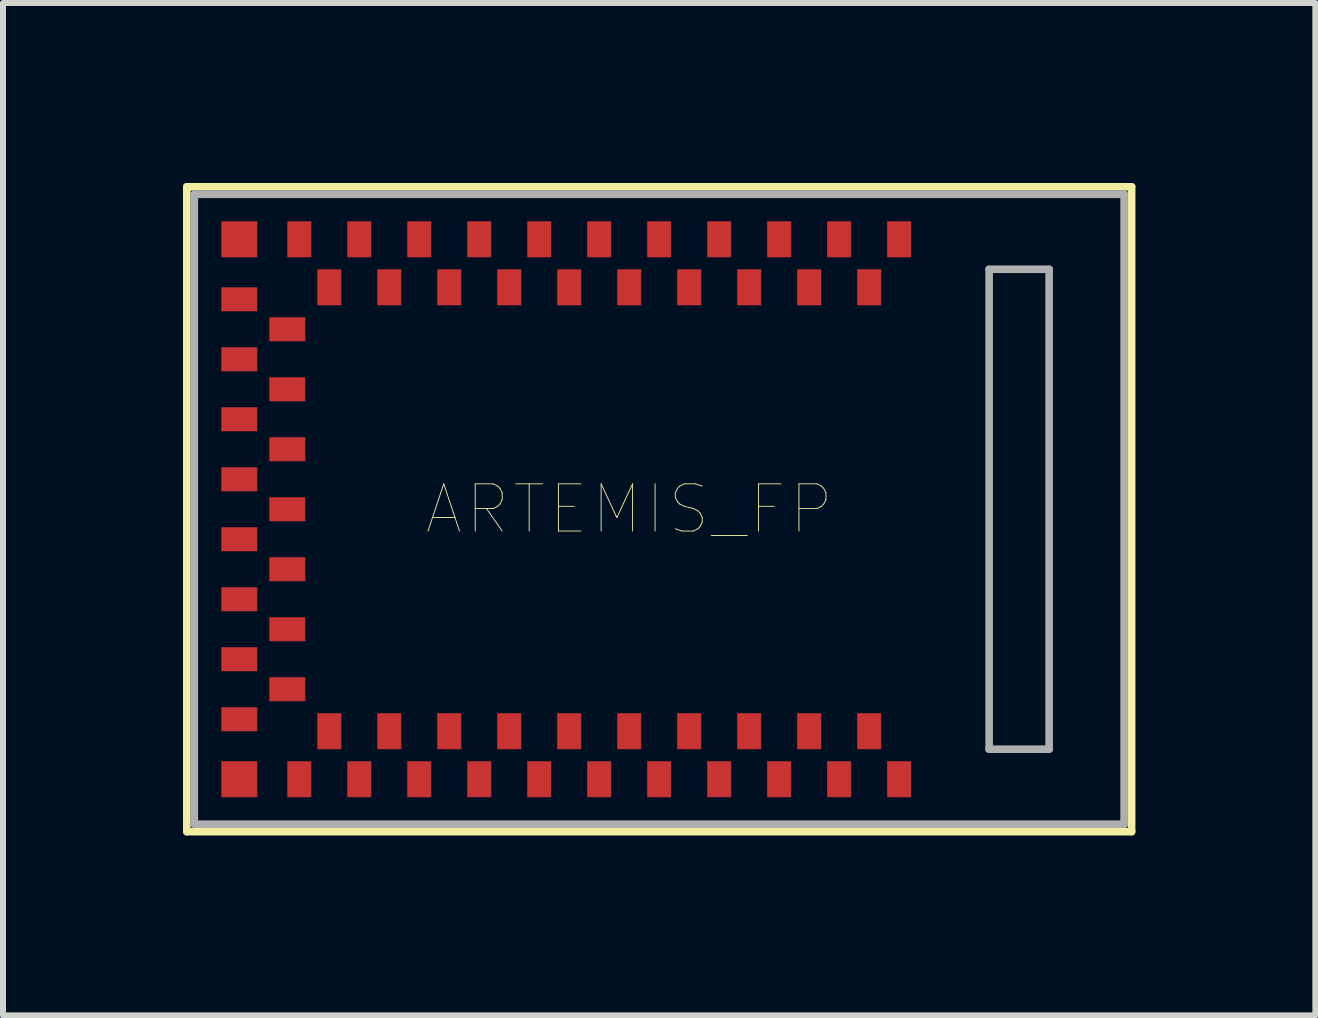
<source format=kicad_pcb>
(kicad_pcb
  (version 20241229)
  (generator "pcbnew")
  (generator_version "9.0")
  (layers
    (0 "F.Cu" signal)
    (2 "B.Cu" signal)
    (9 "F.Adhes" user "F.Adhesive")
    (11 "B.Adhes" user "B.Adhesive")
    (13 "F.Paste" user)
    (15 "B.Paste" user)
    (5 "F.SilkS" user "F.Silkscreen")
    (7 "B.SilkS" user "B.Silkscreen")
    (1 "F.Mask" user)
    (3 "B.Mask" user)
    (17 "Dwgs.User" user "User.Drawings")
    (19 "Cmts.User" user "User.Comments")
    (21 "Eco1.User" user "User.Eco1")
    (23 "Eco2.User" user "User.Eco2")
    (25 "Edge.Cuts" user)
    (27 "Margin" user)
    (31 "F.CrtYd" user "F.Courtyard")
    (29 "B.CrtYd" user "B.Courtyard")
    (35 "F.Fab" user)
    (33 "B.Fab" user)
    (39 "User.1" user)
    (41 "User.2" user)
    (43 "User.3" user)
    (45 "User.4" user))
  (footprint "ARTEMIS_FP"
    (layer "F.Cu")
    (at 7.439 5.439)
    (property "Reference" "ARTEMIS_FP" (at 0 0 0) (layer "F.SilkS") (effects (font (size 0.787 0.787) (thickness 0.015))))
    (attr through_hole)
    (fp_line (start -7.375 -5.375) (end -7.375 5.375) (stroke (width 0.127) (type solid)) (layer "F.SilkS"))
    (fp_line (start -7.375 5.375) (end 8.375 5.375) (stroke (width 0.127) (type solid)) (layer "F.SilkS"))
    (fp_line (start 8.375 -5.375) (end -7.375 -5.375) (stroke (width 0.127) (type solid)) (layer "F.SilkS"))
    (fp_line (start 8.375 5.375) (end 8.375 -5.375) (stroke (width 0.127) (type solid)) (layer "F.SilkS"))
    (fp_line (start -7.25 -5.25) (end -7.25 5.25) (stroke (width 0.127) (type solid)) (layer "F.Fab"))
    (fp_line (start -7.25 5.25) (end 8.25 5.25) (stroke (width 0.127) (type solid)) (layer "F.Fab"))
    (fp_line (start 6 -4) (end 7 -4) (stroke (width 0.127) (type solid)) (layer "F.Fab"))
    (fp_line (start 6 4) (end 6 -4) (stroke (width 0.127) (type solid)) (layer "F.Fab"))
    (fp_line (start 7 -4) (end 7 4) (stroke (width 0.127) (type solid)) (layer "F.Fab"))
    (fp_line (start 7 4) (end 6 4) (stroke (width 0.127) (type solid)) (layer "F.Fab"))
    (fp_line (start 8.25 -5.25) (end -7.25 -5.25) (stroke (width 0.127) (type solid)) (layer "F.Fab"))
    (fp_line (start 8.25 5.25) (end 8.25 -5.25) (stroke (width 0.127) (type solid)) (layer "F.Fab"))
    (pad "1" smd rect (at 4.5 -4.5) (size 0.4 0.6) (layers "F.Cu" "F.Mask" "F.Paste"))
    (pad "2" smd rect (at 4 -3.7) (size 0.4 0.6) (layers "F.Cu" "F.Mask" "F.Paste"))
    (pad "3" smd rect (at 3.5 -4.5) (size 0.4 0.6) (layers "F.Cu" "F.Mask" "F.Paste"))
    (pad "4" smd rect (at 3 -3.7) (size 0.4 0.6) (layers "F.Cu" "F.Mask" "F.Paste"))
    (pad "5" smd rect (at 2.5 -4.5) (size 0.4 0.6) (layers "F.Cu" "F.Mask" "F.Paste"))
    (pad "6" smd rect (at 2 -3.7) (size 0.4 0.6) (layers "F.Cu" "F.Mask" "F.Paste"))
    (pad "7" smd rect (at 1.5 -4.5) (size 0.4 0.6) (layers "F.Cu" "F.Mask" "F.Paste"))
    (pad "8" smd rect (at 1 -3.7) (size 0.4 0.6) (layers "F.Cu" "F.Mask" "F.Paste"))
    (pad "9" smd rect (at 0.5 -4.5) (size 0.4 0.6) (layers "F.Cu" "F.Mask" "F.Paste"))
    (pad "10" smd rect (at 0 -3.7) (size 0.4 0.6) (layers "F.Cu" "F.Mask" "F.Paste"))
    (pad "11" smd rect (at -0.5 -4.5) (size 0.4 0.6) (layers "F.Cu" "F.Mask" "F.Paste"))
    (pad "12" smd rect (at -1 -3.7) (size 0.4 0.6) (layers "F.Cu" "F.Mask" "F.Paste"))
    (pad "13" smd rect (at -1.5 -4.5) (size 0.4 0.6) (layers "F.Cu" "F.Mask" "F.Paste"))
    (pad "14" smd rect (at -2 -3.7) (size 0.4 0.6) (layers "F.Cu" "F.Mask" "F.Paste"))
    (pad "15" smd rect (at -2.5 -4.5) (size 0.4 0.6) (layers "F.Cu" "F.Mask" "F.Paste"))
    (pad "16" smd rect (at -3 -3.7) (size 0.4 0.6) (layers "F.Cu" "F.Mask" "F.Paste"))
    (pad "17" smd rect (at -3.5 -4.5) (size 0.4 0.6) (layers "F.Cu" "F.Mask" "F.Paste"))
    (pad "18" smd rect (at -4 -3.7) (size 0.4 0.6) (layers "F.Cu" "F.Mask" "F.Paste"))
    (pad "19" smd rect (at -4.5 -4.5) (size 0.4 0.6) (layers "F.Cu" "F.Mask" "F.Paste"))
    (pad "20" smd rect (at -5 -3.7) (size 0.4 0.6) (layers "F.Cu" "F.Mask" "F.Paste"))
    (pad "21" smd rect (at -5.5 -4.5) (size 0.4 0.6) (layers "F.Cu" "F.Mask" "F.Paste"))
    (pad "22" smd rect (at -6.5 -4.5) (size 0.6 0.6) (layers "F.Cu" "F.Mask" "F.Paste"))
    (pad "23" smd rect (at -6.5 -3.5) (size 0.6 0.4) (layers "F.Cu" "F.Mask" "F.Paste"))
    (pad "24" smd rect (at -5.7 -3) (size 0.6 0.4) (layers "F.Cu" "F.Mask" "F.Paste"))
    (pad "25" smd rect (at -6.5 -2.5) (size 0.6 0.4) (layers "F.Cu" "F.Mask" "F.Paste"))
    (pad "26" smd rect (at -5.7 -2) (size 0.6 0.4) (layers "F.Cu" "F.Mask" "F.Paste"))
    (pad "27" smd rect (at -6.5 -1.5) (size 0.6 0.4) (layers "F.Cu" "F.Mask" "F.Paste"))
    (pad "28" smd rect (at -5.7 -1) (size 0.6 0.4) (layers "F.Cu" "F.Mask" "F.Paste"))
    (pad "29" smd rect (at -6.5 -0.5) (size 0.6 0.4) (layers "F.Cu" "F.Mask" "F.Paste"))
    (pad "30" smd rect (at -5.7 0) (size 0.6 0.4) (layers "F.Cu" "F.Mask" "F.Paste"))
    (pad "31" smd rect (at -6.5 0.5) (size 0.6 0.4) (layers "F.Cu" "F.Mask" "F.Paste"))
    (pad "32" smd rect (at -5.7 1) (size 0.6 0.4) (layers "F.Cu" "F.Mask" "F.Paste"))
    (pad "33" smd rect (at -6.5 1.5) (size 0.6 0.4) (layers "F.Cu" "F.Mask" "F.Paste"))
    (pad "34" smd rect (at -5.7 2) (size 0.6 0.4) (layers "F.Cu" "F.Mask" "F.Paste"))
    (pad "35" smd rect (at -6.5 2.5) (size 0.6 0.4) (layers "F.Cu" "F.Mask" "F.Paste"))
    (pad "36" smd rect (at -5.7 3) (size 0.6 0.4) (layers "F.Cu" "F.Mask" "F.Paste"))
    (pad "37" smd rect (at -6.5 3.5) (size 0.6 0.4) (layers "F.Cu" "F.Mask" "F.Paste"))
    (pad "38" smd rect (at -6.5 4.5) (size 0.6 0.6) (layers "F.Cu" "F.Mask" "F.Paste"))
    (pad "39" smd rect (at -5.5 4.5) (size 0.4 0.6) (layers "F.Cu" "F.Mask" "F.Paste"))
    (pad "40" smd rect (at -5 3.7) (size 0.4 0.6) (layers "F.Cu" "F.Mask" "F.Paste"))
    (pad "41" smd rect (at -4.5 4.5) (size 0.4 0.6) (layers "F.Cu" "F.Mask" "F.Paste"))
    (pad "42" smd rect (at -4 3.7) (size 0.4 0.6) (layers "F.Cu" "F.Mask" "F.Paste"))
    (pad "43" smd rect (at -3.5 4.5) (size 0.4 0.6) (layers "F.Cu" "F.Mask" "F.Paste"))
    (pad "44" smd rect (at -3 3.7) (size 0.4 0.6) (layers "F.Cu" "F.Mask" "F.Paste"))
    (pad "45" smd rect (at -2.5 4.5) (size 0.4 0.6) (layers "F.Cu" "F.Mask" "F.Paste"))
    (pad "46" smd rect (at -2 3.7) (size 0.4 0.6) (layers "F.Cu" "F.Mask" "F.Paste"))
    (pad "47" smd rect (at -1.5 4.5) (size 0.4 0.6) (layers "F.Cu" "F.Mask" "F.Paste"))
    (pad "48" smd rect (at -1 3.7) (size 0.4 0.6) (layers "F.Cu" "F.Mask" "F.Paste"))
    (pad "49" smd rect (at -0.5 4.5) (size 0.4 0.6) (layers "F.Cu" "F.Mask" "F.Paste"))
    (pad "50" smd rect (at 0 3.7) (size 0.4 0.6) (layers "F.Cu" "F.Mask" "F.Paste"))
    (pad "51" smd rect (at 0.5 4.5) (size 0.4 0.6) (layers "F.Cu" "F.Mask" "F.Paste"))
    (pad "52" smd rect (at 1 3.7) (size 0.4 0.6) (layers "F.Cu" "F.Mask" "F.Paste"))
    (pad "53" smd rect (at 1.5 4.5) (size 0.4 0.6) (layers "F.Cu" "F.Mask" "F.Paste"))
    (pad "54" smd rect (at 2 3.7) (size 0.4 0.6) (layers "F.Cu" "F.Mask" "F.Paste"))
    (pad "55" smd rect (at 2.5 4.5) (size 0.4 0.6) (layers "F.Cu" "F.Mask" "F.Paste"))
    (pad "56" smd rect (at 3 3.7) (size 0.4 0.6) (layers "F.Cu" "F.Mask" "F.Paste"))
    (pad "57" smd rect (at 3.5 4.5) (size 0.4 0.6) (layers "F.Cu" "F.Mask" "F.Paste"))
    (pad "58" smd rect (at 4 3.7) (size 0.4 0.6) (layers "F.Cu" "F.Mask" "F.Paste"))
    (pad "59" smd rect (at 4.5 4.5) (size 0.4 0.6) (layers "F.Cu" "F.Mask" "F.Paste")))
  (gr_rect
    (start -3 -3)
    (end 18.877 13.877)
    (stroke (width 0.1) (type default))
    (fill no)
    (layer "Edge.Cuts")))
</source>
